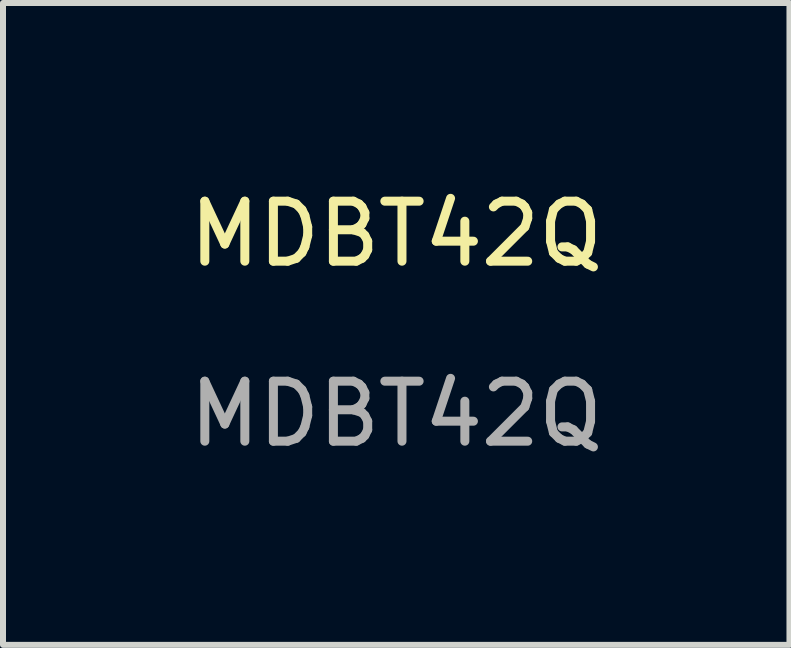
<source format=kicad_pcb>
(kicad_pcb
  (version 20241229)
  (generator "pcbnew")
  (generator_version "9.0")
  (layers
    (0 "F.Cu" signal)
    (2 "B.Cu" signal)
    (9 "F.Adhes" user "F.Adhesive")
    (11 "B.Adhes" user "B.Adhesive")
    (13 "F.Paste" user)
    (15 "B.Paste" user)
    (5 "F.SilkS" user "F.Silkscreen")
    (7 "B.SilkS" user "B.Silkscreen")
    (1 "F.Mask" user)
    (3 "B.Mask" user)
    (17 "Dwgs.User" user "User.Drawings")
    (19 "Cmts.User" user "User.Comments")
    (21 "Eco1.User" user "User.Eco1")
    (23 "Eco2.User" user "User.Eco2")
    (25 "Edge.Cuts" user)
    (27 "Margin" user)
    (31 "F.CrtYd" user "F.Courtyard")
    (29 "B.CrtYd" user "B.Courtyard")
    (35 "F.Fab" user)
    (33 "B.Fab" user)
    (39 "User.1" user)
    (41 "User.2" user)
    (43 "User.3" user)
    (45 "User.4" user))
  (footprint "MDBT42Q"
    (layer "F.Cu")
    (at 3.554 1.348)
    (property "Reference" "MDBT42Q" (at 0 -0.5 0) (unlocked yes) (layer "F.SilkS") (effects (font (size 1 1) (thickness 0.15))))
    (attr smd)
    (fp_text user "${REFERENCE}" (at 0 2.5 0) (unlocked yes) (layer "F.Fab") (effects (font (size 1 1) (thickness 0.15)))))
  (gr_rect
    (start -3 -3)
    (end 10.107 7.697)
    (stroke (width 0.1) (type default))
    (fill no)
    (layer "Edge.Cuts")))
</source>
